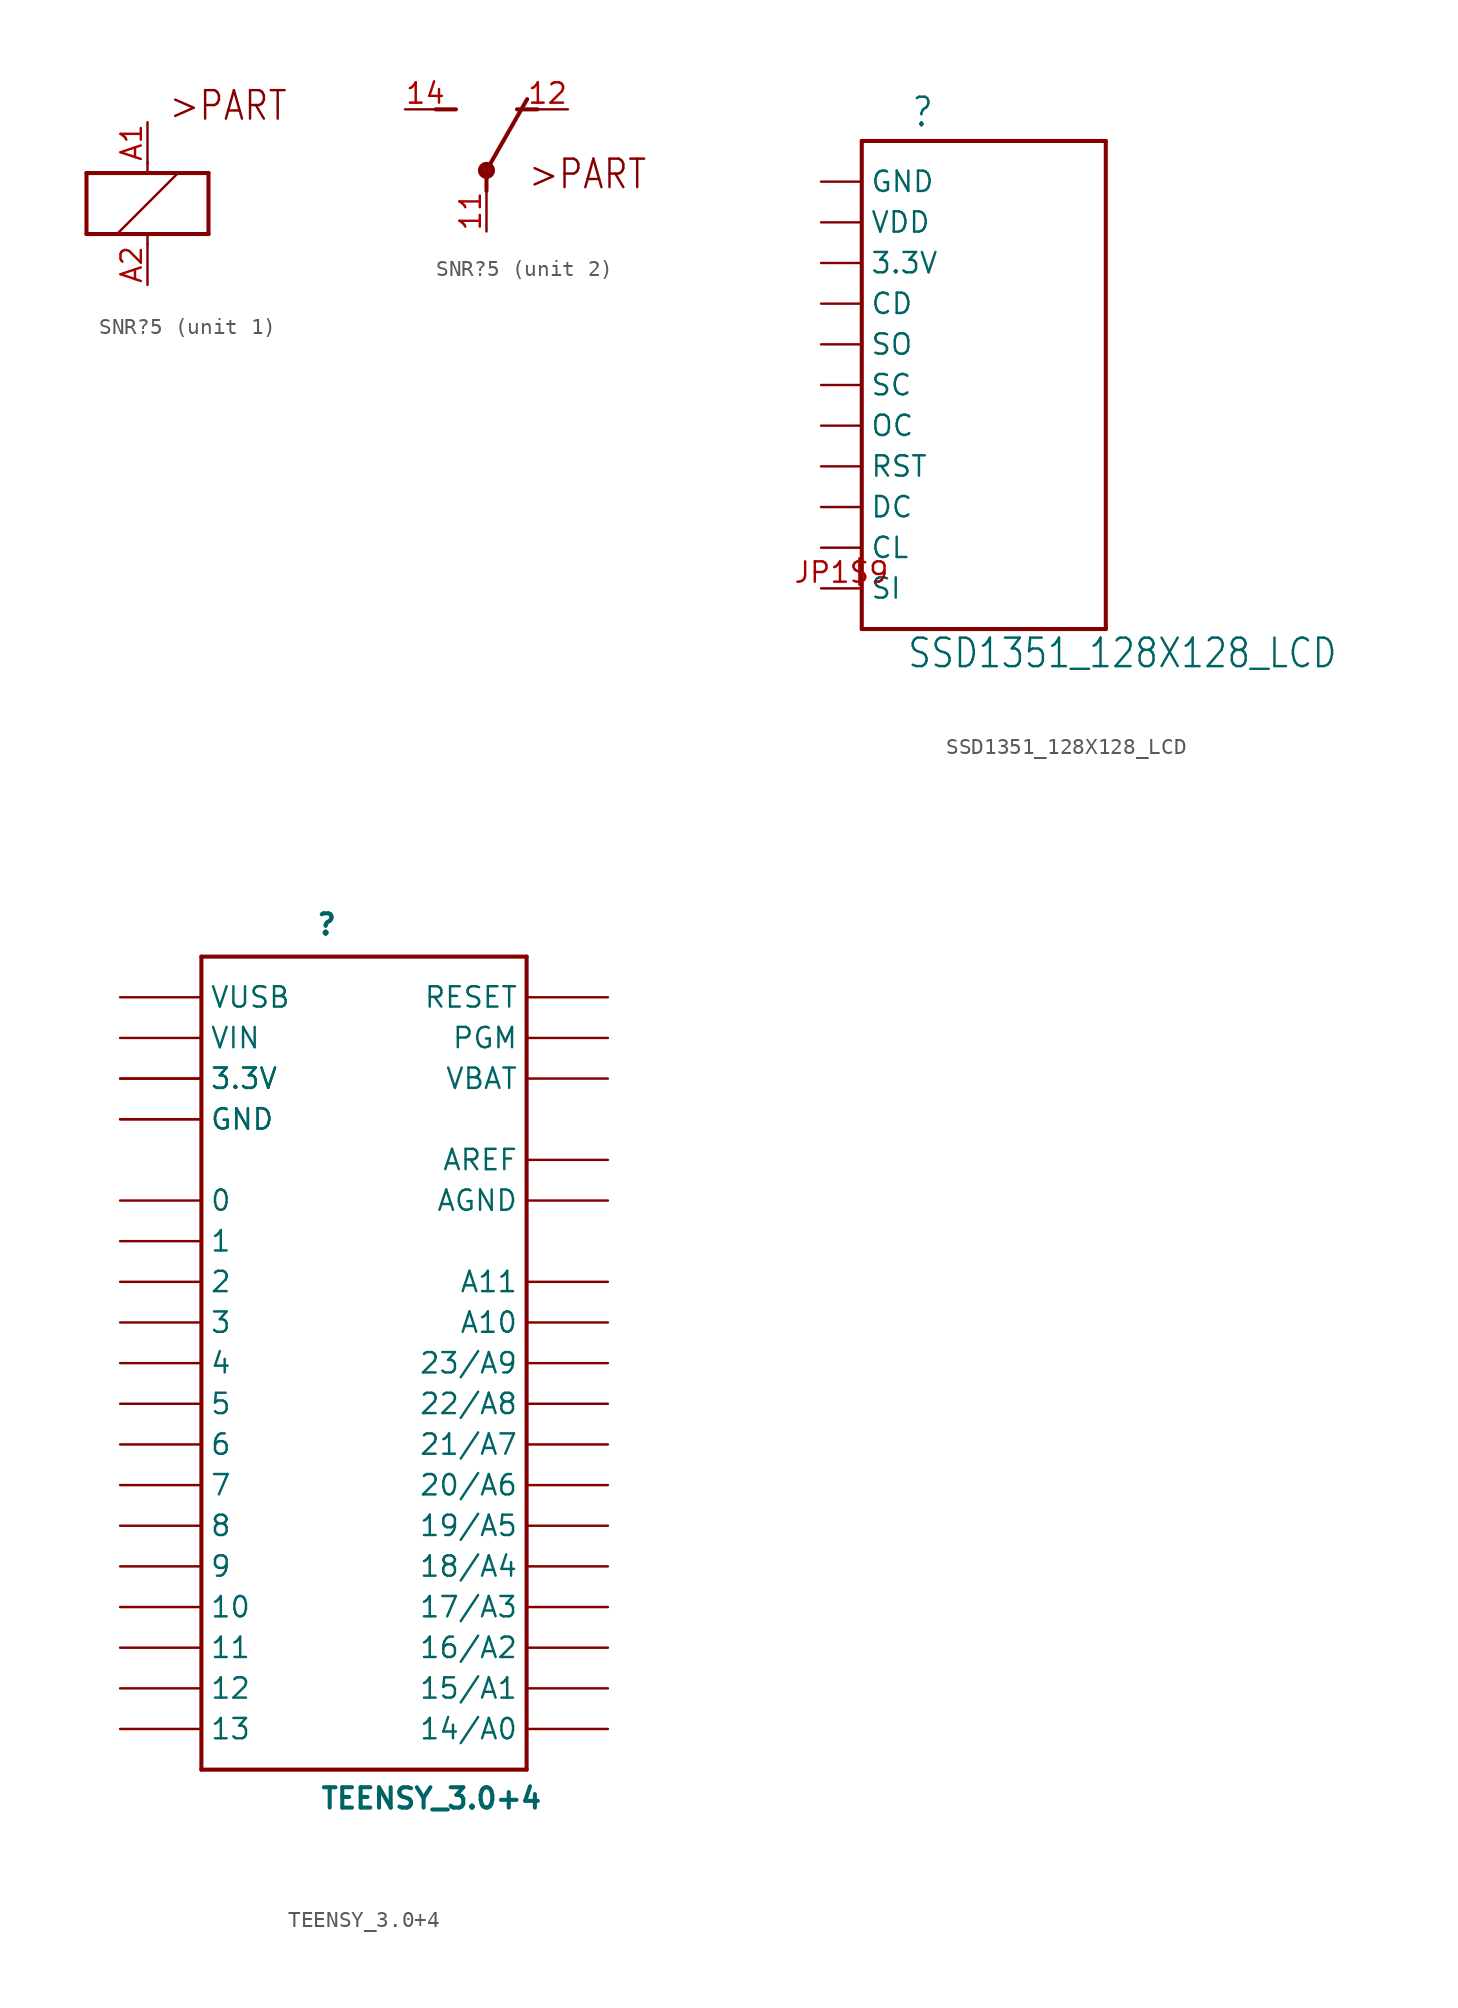
<source format=kicad_sym>
(kicad_symbol_lib
  (version 20200126)
  (host kicad_symbol_editor "5.99.0-unknown-aa7ce74~88~ubuntu18.04.1")
  (symbol "SNR?5"
    (property "Reference" "K"
      (at 0 0 0)
      (effects (font (size 1.27 1.27)) hide))
    (property "ki_locked" ""
      (at 0 0 0)
      (effects (font (size 1.27 1.27))))
    (symbol "SNR?5_2_0"
      (circle (center 0 1.27) (radius 0.127) (stroke (width 0.406)) (fill (type none)))
      (text ">PART" (at 2.54 0 0) (effects (font (size 1.778 1.511)) (justify left bottom)))
      (polyline (pts (xy 3.175 5.08) (xy 1.905 5.08)) (stroke (width 0.254)) (fill (type none)))
      (polyline (pts (xy -3.175 5.08) (xy -1.905 5.08)) (stroke (width 0.254)) (fill (type none)))
      (polyline (pts (xy 0 1.27) (xy 2.54 5.715)) (stroke (width 0.254)) (fill (type none)))
      (polyline (pts (xy 0 1.27) (xy 0 0)) (stroke (width 0.254)) (fill (type none)))
      (pin passive line (at 5.08 5.08 180) (length 2.54) (name "O" (effects (font (size 0 0)))) (number "12" (effects (font (size 1.27 1.27)))))
      (pin passive line (at -5.08 5.08 0) (length 2.54) (name "S" (effects (font (size 0 0)))) (number "14" (effects (font (size 1.27 1.27)))))
      (pin passive line (at 0 -2.54 90) (length 2.54) (name "P" (effects (font (size 0 0)))) (number "11" (effects (font (size 1.27 1.27))))))
    (symbol "SNR?5_1_0"
      (text ">PART" (at 1.27 5.08 0) (effects (font (size 1.778 1.511)) (justify left bottom)))
      (polyline (pts (xy -3.81 -1.905) (xy -1.905 -1.905)) (stroke (width 0.254)) (fill (type none)))
      (polyline (pts (xy 3.81 -1.905) (xy 3.81 1.905)) (stroke (width 0.254)) (fill (type none)))
      (polyline (pts (xy 3.81 1.905) (xy 1.905 1.905)) (stroke (width 0.254)) (fill (type none)))
      (polyline (pts (xy -3.81 1.905) (xy -3.81 -1.905)) (stroke (width 0.254)) (fill (type none)))
      (polyline (pts (xy 0 -2.54) (xy 0 -1.905)) (stroke (width 0.152)) (fill (type none)))
      (polyline (pts (xy 0 -1.905) (xy 3.81 -1.905)) (stroke (width 0.254)) (fill (type none)))
      (polyline (pts (xy 0 2.54) (xy 0 1.905)) (stroke (width 0.152)) (fill (type none)))
      (polyline (pts (xy 0 1.905) (xy -3.81 1.905)) (stroke (width 0.254)) (fill (type none)))
      (polyline (pts (xy -1.905 -1.905) (xy 1.905 1.905)) (stroke (width 0.152)) (fill (type none)))
      (polyline (pts (xy -1.905 -1.905) (xy 0 -1.905)) (stroke (width 0.254)) (fill (type none)))
      (polyline (pts (xy 1.905 1.905) (xy 0 1.905)) (stroke (width 0.254)) (fill (type none)))
      (pin passive line (at 0 -5.08 90) (length 2.54) (name "2" (effects (font (size 0 0)))) (number "A2" (effects (font (size 1.27 1.27)))))
      (pin passive line (at 0 5.08 270) (length 2.54) (name "1" (effects (font (size 0 0)))) (number "A1" (effects (font (size 1.27 1.27)))))))
  (symbol "SSD1351_128X128_LCD"
    (property "Reference" ""
      (at -9.652 21.082 0)
      (effects (font (size 1.778 1.511)) (justify left bottom)))
    (property "Value" "SSD1351_128X128_LCD"
      (at -9.906 -12.7 0)
      (effects (font (size 1.778 1.511)) (justify left bottom)))
    (property "ki_locked" ""
      (at 0 0 0)
      (effects (font (size 1.27 1.27))))
    (symbol "SSD1351_128X128_LCD_1_0"
      (polyline (pts (xy -12.7 20.32) (xy 2.54 20.32)) (stroke (width 0.254)) (fill (type none)))
      (polyline (pts (xy 2.54 20.32) (xy 2.54 -10.16)) (stroke (width 0.254)) (fill (type none)))
      (polyline (pts (xy 2.54 -10.16) (xy -12.7 -10.16)) (stroke (width 0.254)) (fill (type none)))
      (polyline (pts (xy -12.7 -10.16) (xy -12.7 20.32)) (stroke (width 0.254)) (fill (type none)))
      (pin power_in line (at -15.24 17.78 0) (length 2.54) (name "GND" (effects (font (size 1.27 1.27)))) (number "JP1$8" (effects (font (size 0 0)))))
      (pin power_in line (at -15.24 15.24 0) (length 2.54) (name "VDD" (effects (font (size 1.27 1.27)))) (number "JP1$7" (effects (font (size 0 0)))))
      (pin power_in line (at -15.24 12.7 0) (length 2.54) (name "3.3V" (effects (font (size 1.27 1.27)))) (number "JP1$6" (effects (font (size 0 0)))))
      (pin input line (at -15.24 10.16 0) (length 2.54) (name "CD" (effects (font (size 1.27 1.27)))) (number "JP1$5" (effects (font (size 0 0)))))
      (pin input line (at -15.24 7.62 0) (length 2.54) (name "SO" (effects (font (size 1.27 1.27)))) (number "JP1$4" (effects (font (size 0 0)))))
      (pin input line (at -15.24 5.08 0) (length 2.54) (name "SC" (effects (font (size 1.27 1.27)))) (number "JP1$3" (effects (font (size 0 0)))))
      (pin bidirectional line (at -15.24 2.54 0) (length 2.54) (name "OC" (effects (font (size 1.27 1.27)))) (number "JP1$2" (effects (font (size 0 0)))))
      (pin bidirectional line (at -15.24 0 0) (length 2.54) (name "RST" (effects (font (size 1.27 1.27)))) (number "JP1$1" (effects (font (size 0 0)))))
      (pin bidirectional line (at -15.24 -2.54 0) (length 2.54) (name "DC" (effects (font (size 1.27 1.27)))) (number "JP1$11" (effects (font (size 0 0)))))
      (pin bidirectional line (at -15.24 -5.08 0) (length 2.54) (name "CL" (effects (font (size 1.27 1.27)))) (number "JP1$10" (effects (font (size 0 0)))))
      (pin bidirectional line (at -15.24 -7.62 0) (length 2.54) (name "SI" (effects (font (size 1.27 1.27)))) (number "JP1$9" (effects (font (size 1.27 1.27)))))))
  (symbol "TEENSY_3.0+4"
    (property "Reference" ""
      (at -3.048 26.67 0)
      (effects (font (size 1.27 1.27) bold) (justify left bottom)))
    (property "Value" "TEENSY_3.0+4"
      (at -2.794 -27.94 0)
      (effects (font (size 1.27 1.27) bold) (justify left bottom)))
    (property "ki_locked" ""
      (at 0 0 0)
      (effects (font (size 1.27 1.27))))
    (symbol "TEENSY_3.0+4_1_0"
      (polyline (pts (xy -10.16 -25.4) (xy 10.16 -25.4)) (stroke (width 0.254)) (fill (type none)))
      (polyline (pts (xy 10.16 -25.4) (xy 10.16 25.4)) (stroke (width 0.254)) (fill (type none)))
      (polyline (pts (xy 10.16 25.4) (xy -10.16 25.4)) (stroke (width 0.254)) (fill (type none)))
      (polyline (pts (xy -10.16 25.4) (xy -10.16 -25.4)) (stroke (width 0.254)) (fill (type none)))
      (pin bidirectional line (at -15.24 -20.32 0) (length 5.08) (name "12" (effects (font (size 1.27 1.27)))) (number "12" (effects (font (size 0 0)))))
      (pin bidirectional line (at -15.24 -17.78 0) (length 5.08) (name "11" (effects (font (size 1.27 1.27)))) (number "11" (effects (font (size 0 0)))))
      (pin bidirectional line (at -15.24 -15.24 0) (length 5.08) (name "10" (effects (font (size 1.27 1.27)))) (number "10" (effects (font (size 0 0)))))
      (pin bidirectional line (at -15.24 -12.7 0) (length 5.08) (name "9" (effects (font (size 1.27 1.27)))) (number "9" (effects (font (size 0 0)))))
      (pin bidirectional line (at -15.24 -10.16 0) (length 5.08) (name "8" (effects (font (size 1.27 1.27)))) (number "8" (effects (font (size 0 0)))))
      (pin bidirectional line (at -15.24 -7.62 0) (length 5.08) (name "7" (effects (font (size 1.27 1.27)))) (number "7" (effects (font (size 0 0)))))
      (pin bidirectional line (at -15.24 -5.08 0) (length 5.08) (name "6" (effects (font (size 1.27 1.27)))) (number "6" (effects (font (size 0 0)))))
      (pin bidirectional line (at -15.24 -2.54 0) (length 5.08) (name "5" (effects (font (size 1.27 1.27)))) (number "5" (effects (font (size 0 0)))))
      (pin bidirectional line (at -15.24 0 0) (length 5.08) (name "4" (effects (font (size 1.27 1.27)))) (number "4" (effects (font (size 0 0)))))
      (pin bidirectional line (at -15.24 2.54 0) (length 5.08) (name "3" (effects (font (size 1.27 1.27)))) (number "3" (effects (font (size 0 0)))))
      (pin bidirectional line (at -15.24 5.08 0) (length 5.08) (name "2" (effects (font (size 1.27 1.27)))) (number "2" (effects (font (size 0 0)))))
      (pin bidirectional line (at -15.24 7.62 0) (length 5.08) (name "1" (effects (font (size 1.27 1.27)))) (number "1" (effects (font (size 0 0)))))
      (pin bidirectional line (at -15.24 10.16 0) (length 5.08) (name "0" (effects (font (size 1.27 1.27)))) (number "0" (effects (font (size 0 0)))))
      (pin power_in line (at -15.24 15.24 0) (length 5.08) (name "GND" (effects (font (size 1.27 1.27)))) (number "GND" (effects (font (size 0 0)))))
      (pin power_in line (at -15.24 15.24 0) (length 5.08) (name "GND" (effects (font (size 1.27 1.27)))) (number "GND1" (effects (font (size 0 0)))))
      (pin power_in line (at -15.24 20.32 0) (length 5.08) (name "VIN" (effects (font (size 1.27 1.27)))) (number "VIN" (effects (font (size 0 0)))))
      (pin power_in line (at 15.24 10.16 180) (length 5.08) (name "AGND" (effects (font (size 1.27 1.27)))) (number "AGND" (effects (font (size 0 0)))))
      (pin power_in line (at -15.24 17.78 0) (length 5.08) (name "3.3V" (effects (font (size 1.27 1.27)))) (number "3.3V" (effects (font (size 0 0)))))
      (pin power_in line (at -15.24 17.78 0) (length 5.08) (name "3.3V" (effects (font (size 1.27 1.27)))) (number "3.3V1" (effects (font (size 0 0)))))
      (pin bidirectional line (at 15.24 0 180) (length 5.08) (name "23/A9" (effects (font (size 1.27 1.27)))) (number "23/A9" (effects (font (size 0 0)))))
      (pin bidirectional line (at 15.24 -2.54 180) (length 5.08) (name "22/A8" (effects (font (size 1.27 1.27)))) (number "22/A8" (effects (font (size 0 0)))))
      (pin bidirectional line (at 15.24 -5.08 180) (length 5.08) (name "21/A7" (effects (font (size 1.27 1.27)))) (number "21/A7" (effects (font (size 0 0)))))
      (pin bidirectional line (at 15.24 -7.62 180) (length 5.08) (name "20/A6" (effects (font (size 1.27 1.27)))) (number "20/A6" (effects (font (size 0 0)))))
      (pin bidirectional line (at 15.24 -10.16 180) (length 5.08) (name "19/A5" (effects (font (size 1.27 1.27)))) (number "19/A5" (effects (font (size 0 0)))))
      (pin bidirectional line (at 15.24 -12.7 180) (length 5.08) (name "18/A4" (effects (font (size 1.27 1.27)))) (number "18/A4" (effects (font (size 0 0)))))
      (pin bidirectional line (at 15.24 -15.24 180) (length 5.08) (name "17/A3" (effects (font (size 1.27 1.27)))) (number "17/A3" (effects (font (size 0 0)))))
      (pin bidirectional line (at 15.24 -17.78 180) (length 5.08) (name "16/A2" (effects (font (size 1.27 1.27)))) (number "16/A2" (effects (font (size 0 0)))))
      (pin bidirectional line (at 15.24 -20.32 180) (length 5.08) (name "15/A1" (effects (font (size 1.27 1.27)))) (number "15/A1" (effects (font (size 0 0)))))
      (pin bidirectional line (at 15.24 -22.86 180) (length 5.08) (name "14/A0" (effects (font (size 1.27 1.27)))) (number "14/A0" (effects (font (size 0 0)))))
      (pin bidirectional line (at -15.24 -22.86 0) (length 5.08) (name "13" (effects (font (size 1.27 1.27)))) (number "13" (effects (font (size 0 0)))))
      (pin bidirectional line (at 15.24 22.86 180) (length 5.08) (name "RESET" (effects (font (size 1.27 1.27)))) (number "RESET" (effects (font (size 0 0)))))
      (pin bidirectional line (at 15.24 20.32 180) (length 5.08) (name "PGM" (effects (font (size 1.27 1.27)))) (number "PGM" (effects (font (size 0 0)))))
      (pin power_in line (at 15.24 17.78 180) (length 5.08) (name "VBAT" (effects (font (size 1.27 1.27)))) (number "VBAT" (effects (font (size 0 0)))))
      (pin bidirectional line (at 15.24 2.54 180) (length 5.08) (name "A10" (effects (font (size 1.27 1.27)))) (number "A10" (effects (font (size 0 0)))))
      (pin bidirectional line (at 15.24 5.08 180) (length 5.08) (name "A11" (effects (font (size 1.27 1.27)))) (number "A11" (effects (font (size 0 0)))))
      (pin power_in line (at 15.24 12.7 180) (length 5.08) (name "AREF" (effects (font (size 1.27 1.27)))) (number "AREF" (effects (font (size 0 0)))))
      (pin power_in line (at -15.24 22.86 0) (length 5.08) (name "VUSB" (effects (font (size 1.27 1.27)))) (number "VUSB" (effects (font (size 0 0))))))))
</source>
